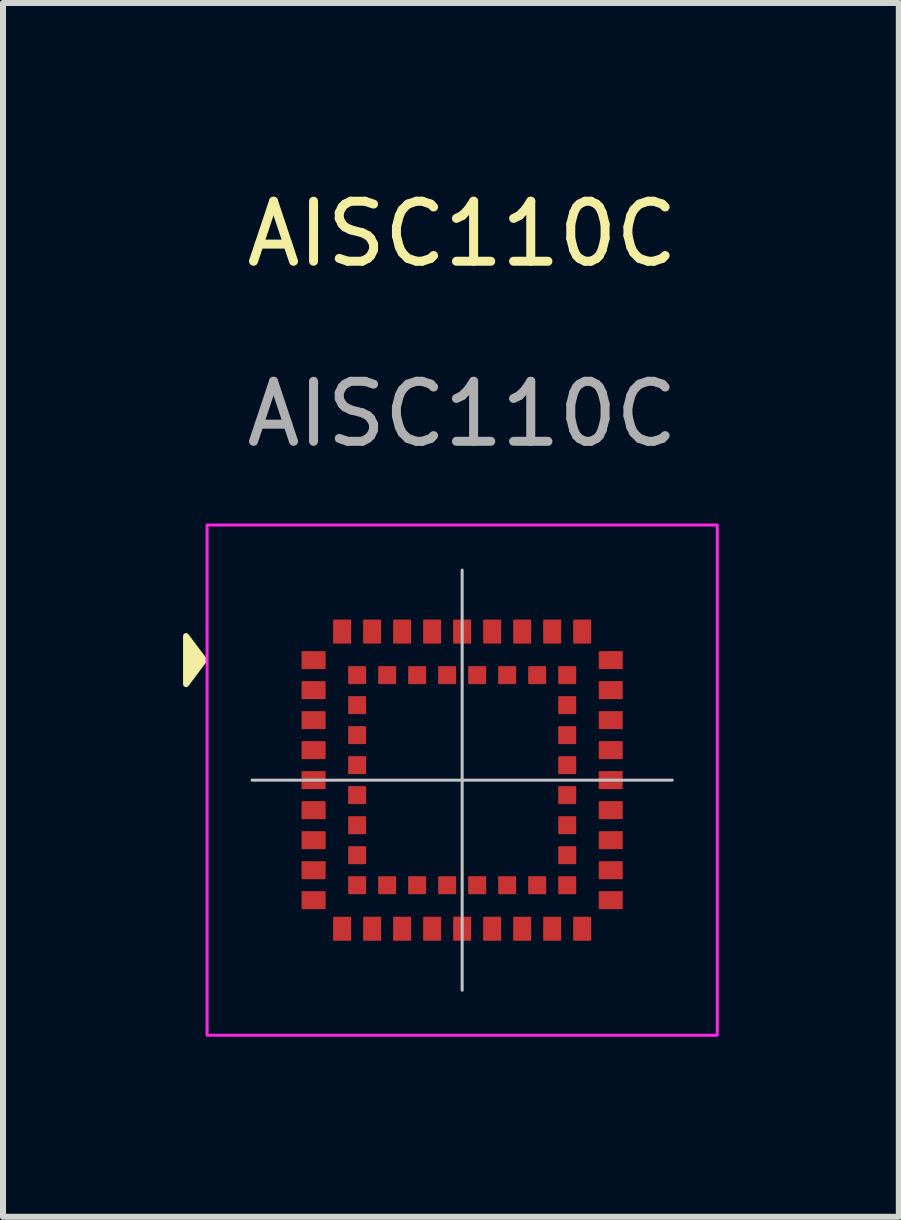
<source format=kicad_pcb>
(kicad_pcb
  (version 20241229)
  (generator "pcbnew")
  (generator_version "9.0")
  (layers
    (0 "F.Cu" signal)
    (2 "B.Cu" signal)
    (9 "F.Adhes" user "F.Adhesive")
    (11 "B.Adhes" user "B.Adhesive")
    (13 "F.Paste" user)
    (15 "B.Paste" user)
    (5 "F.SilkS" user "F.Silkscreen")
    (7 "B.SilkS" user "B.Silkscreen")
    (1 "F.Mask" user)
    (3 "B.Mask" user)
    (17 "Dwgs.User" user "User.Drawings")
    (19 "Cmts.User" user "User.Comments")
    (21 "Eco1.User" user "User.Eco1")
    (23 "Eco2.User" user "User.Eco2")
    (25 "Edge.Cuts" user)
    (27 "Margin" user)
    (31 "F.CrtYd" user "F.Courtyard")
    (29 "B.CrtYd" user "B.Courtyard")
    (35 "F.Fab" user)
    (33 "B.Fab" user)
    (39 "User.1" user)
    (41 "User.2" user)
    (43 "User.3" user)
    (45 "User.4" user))
  (footprint "AISC110C"
    (layer "F.Cu")
    (at 4.65 9.948)
    (property "Reference" "AISC110C" (at 0 -9.1 0) (unlocked yes) (layer "F.SilkS") (effects (font (size 1 1) (thickness 0.15))))
    (attr smd)
    (fp_rect (start -2.675 -2.15) (end -2.55 -1.85) (stroke (width 0) (type solid)) (fill yes) (layers "F.Cu" "F.Mask"))
    (fp_rect (start -2.675 -1.65) (end -2.55 -1.35) (stroke (width 0) (type solid)) (fill yes) (layers "F.Cu" "F.Mask"))
    (fp_rect (start -2.675 -1.15) (end -2.55 -0.85) (stroke (width 0) (type solid)) (fill yes) (layers "F.Cu" "F.Mask"))
    (fp_rect (start -2.675 -0.65) (end -2.55 -0.35) (stroke (width 0) (type solid)) (fill yes) (layers "F.Cu" "F.Mask"))
    (fp_rect (start -2.675 -0.15) (end -2.55 0.15) (stroke (width 0) (type solid)) (fill yes) (layers "F.Cu" "F.Mask"))
    (fp_rect (start -2.675 0.35) (end -2.55 0.65) (stroke (width 0) (type solid)) (fill yes) (layers "F.Cu" "F.Mask"))
    (fp_rect (start -2.675 0.85) (end -2.55 1.15) (stroke (width 0) (type solid)) (fill yes) (layers "F.Cu" "F.Mask"))
    (fp_rect (start -2.675 1.35) (end -2.55 1.65) (stroke (width 0) (type solid)) (fill yes) (layers "F.Cu" "F.Mask"))
    (fp_rect (start -2.675 1.85) (end -2.55 2.15) (stroke (width 0) (type solid)) (fill yes) (layers "F.Cu" "F.Mask"))
    (fp_rect (start -2.15 -2.675) (end -1.85 -2.55) (stroke (width 0) (type solid)) (fill yes) (layers "F.Cu" "F.Mask"))
    (fp_rect (start -2.15 2.55) (end -1.85 2.675) (stroke (width 0) (type solid)) (fill yes) (layers "F.Cu" "F.Mask"))
    (fp_rect (start -1.65 -2.675) (end -1.35 -2.55) (stroke (width 0) (type solid)) (fill yes) (layers "F.Cu" "F.Mask"))
    (fp_rect (start -1.65 2.55) (end -1.35 2.675) (stroke (width 0) (type solid)) (fill yes) (layers "F.Cu" "F.Mask"))
    (fp_rect (start -1.15 -2.675) (end -0.85 -2.55) (stroke (width 0) (type solid)) (fill yes) (layers "F.Cu" "F.Mask"))
    (fp_rect (start -1.15 2.55) (end -0.85 2.675) (stroke (width 0) (type solid)) (fill yes) (layers "F.Cu" "F.Mask"))
    (fp_rect (start -0.65 -2.675) (end -0.35 -2.55) (stroke (width 0) (type solid)) (fill yes) (layers "F.Cu" "F.Mask"))
    (fp_rect (start -0.65 2.55) (end -0.35 2.675) (stroke (width 0) (type solid)) (fill yes) (layers "F.Cu" "F.Mask"))
    (fp_rect (start -0.15 -2.675) (end 0.15 -2.55) (stroke (width 0) (type solid)) (fill yes) (layers "F.Cu" "F.Mask"))
    (fp_rect (start -0.15 2.55) (end 0.15 2.675) (stroke (width 0) (type solid)) (fill yes) (layers "F.Cu" "F.Mask"))
    (fp_rect (start 0.35 -2.675) (end 0.65 -2.55) (stroke (width 0) (type solid)) (fill yes) (layers "F.Cu" "F.Mask"))
    (fp_rect (start 0.35 2.55) (end 0.65 2.675) (stroke (width 0) (type solid)) (fill yes) (layers "F.Cu" "F.Mask"))
    (fp_rect (start 0.85 -2.675) (end 1.15 -2.55) (stroke (width 0) (type solid)) (fill yes) (layers "F.Cu" "F.Mask"))
    (fp_rect (start 0.85 2.55) (end 1.15 2.675) (stroke (width 0) (type solid)) (fill yes) (layers "F.Cu" "F.Mask"))
    (fp_rect (start 1.35 -2.675) (end 1.65 -2.55) (stroke (width 0) (type solid)) (fill yes) (layers "F.Cu" "F.Mask"))
    (fp_rect (start 1.35 2.55) (end 1.65 2.675) (stroke (width 0) (type solid)) (fill yes) (layers "F.Cu" "F.Mask"))
    (fp_rect (start 1.85 -2.675) (end 2.15 -2.55) (stroke (width 0) (type solid)) (fill yes) (layers "F.Cu" "F.Mask"))
    (fp_rect (start 1.85 2.55) (end 2.15 2.675) (stroke (width 0) (type solid)) (fill yes) (layers "F.Cu" "F.Mask"))
    (fp_rect (start 2.55 -2.15) (end 2.675 -1.85) (stroke (width 0) (type solid)) (fill yes) (layers "F.Cu" "F.Mask"))
    (fp_rect (start 2.55 -1.65) (end 2.675 -1.35) (stroke (width 0) (type solid)) (fill yes) (layers "F.Cu" "F.Mask"))
    (fp_rect (start 2.55 -1.15) (end 2.675 -0.85) (stroke (width 0) (type solid)) (fill yes) (layers "F.Cu" "F.Mask"))
    (fp_rect (start 2.55 -0.65) (end 2.675 -0.35) (stroke (width 0) (type solid)) (fill yes) (layers "F.Cu" "F.Mask"))
    (fp_rect (start 2.55 -0.15) (end 2.675 0.15) (stroke (width 0) (type solid)) (fill yes) (layers "F.Cu" "F.Mask"))
    (fp_rect (start 2.55 0.35) (end 2.675 0.65) (stroke (width 0) (type solid)) (fill yes) (layers "F.Cu" "F.Mask"))
    (fp_rect (start 2.55 0.85) (end 2.675 1.15) (stroke (width 0) (type solid)) (fill yes) (layers "F.Cu" "F.Mask"))
    (fp_rect (start 2.55 1.35) (end 2.675 1.65) (stroke (width 0) (type solid)) (fill yes) (layers "F.Cu" "F.Mask"))
    (fp_rect (start 2.55 1.85) (end 2.675 2.15) (stroke (width 0) (type solid)) (fill yes) (layers "F.Cu" "F.Mask"))
    (fp_poly (pts (xy -4.3 -2) (xy -4.6 -2.4) (xy -4.6 -1.6)) (stroke (width 0.1) (type solid)) (fill yes) (layer "F.SilkS"))
    (fp_rect (start -2.565 -2.14) (end -2.285 -1.86) (stroke (width 0) (type solid)) (fill yes) (layer "F.Paste"))
    (fp_rect (start -2.565 -1.64) (end -2.285 -1.36) (stroke (width 0) (type solid)) (fill yes) (layer "F.Paste"))
    (fp_rect (start -2.565 -1.14) (end -2.285 -0.86) (stroke (width 0) (type solid)) (fill yes) (layer "F.Paste"))
    (fp_rect (start -2.565 -0.64) (end -2.285 -0.36) (stroke (width 0) (type solid)) (fill yes) (layer "F.Paste"))
    (fp_rect (start -2.565 -0.14) (end -2.285 0.14) (stroke (width 0) (type solid)) (fill yes) (layer "F.Paste"))
    (fp_rect (start -2.565 0.36) (end -2.285 0.64) (stroke (width 0) (type solid)) (fill yes) (layer "F.Paste"))
    (fp_rect (start -2.565 0.86) (end -2.285 1.14) (stroke (width 0) (type solid)) (fill yes) (layer "F.Paste"))
    (fp_rect (start -2.565 1.36) (end -2.285 1.64) (stroke (width 0) (type solid)) (fill yes) (layer "F.Paste"))
    (fp_rect (start -2.565 1.86) (end -2.285 2.14) (stroke (width 0) (type solid)) (fill yes) (layer "F.Paste"))
    (fp_rect (start -2.14 -2.565) (end -1.86 -2.285) (stroke (width 0) (type solid)) (fill yes) (layer "F.Paste"))
    (fp_rect (start -2.14 2.285) (end -1.86 2.565) (stroke (width 0) (type solid)) (fill yes) (layer "F.Paste"))
    (fp_rect (start -1.89 -1.89) (end -1.61 -1.61) (stroke (width 0) (type solid)) (fill yes) (layer "F.Paste"))
    (fp_rect (start -1.89 -1.39) (end -1.61 -1.11) (stroke (width 0) (type solid)) (fill yes) (layer "F.Paste"))
    (fp_rect (start -1.89 -0.89) (end -1.61 -0.61) (stroke (width 0) (type solid)) (fill yes) (layer "F.Paste"))
    (fp_rect (start -1.89 -0.39) (end -1.61 -0.11) (stroke (width 0) (type solid)) (fill yes) (layer "F.Paste"))
    (fp_rect (start -1.89 0.11) (end -1.61 0.39) (stroke (width 0) (type solid)) (fill yes) (layer "F.Paste"))
    (fp_rect (start -1.89 0.61) (end -1.61 0.89) (stroke (width 0) (type solid)) (fill yes) (layer "F.Paste"))
    (fp_rect (start -1.89 1.11) (end -1.61 1.39) (stroke (width 0) (type solid)) (fill yes) (layer "F.Paste"))
    (fp_rect (start -1.89 1.61) (end -1.61 1.89) (stroke (width 0) (type solid)) (fill yes) (layer "F.Paste"))
    (fp_rect (start -1.64 -2.565) (end -1.36 -2.285) (stroke (width 0) (type solid)) (fill yes) (layer "F.Paste"))
    (fp_rect (start -1.64 2.285) (end -1.36 2.565) (stroke (width 0) (type solid)) (fill yes) (layer "F.Paste"))
    (fp_rect (start -1.39 -1.89) (end -1.11 -1.61) (stroke (width 0) (type solid)) (fill yes) (layer "F.Paste"))
    (fp_rect (start -1.39 1.61) (end -1.11 1.89) (stroke (width 0) (type solid)) (fill yes) (layer "F.Paste"))
    (fp_rect (start -1.14 -2.565) (end -0.86 -2.285) (stroke (width 0) (type solid)) (fill yes) (layer "F.Paste"))
    (fp_rect (start -1.14 2.285) (end -0.86 2.565) (stroke (width 0) (type solid)) (fill yes) (layer "F.Paste"))
    (fp_rect (start -0.89 -1.89) (end -0.61 -1.61) (stroke (width 0) (type solid)) (fill yes) (layer "F.Paste"))
    (fp_rect (start -0.89 1.61) (end -0.61 1.89) (stroke (width 0) (type solid)) (fill yes) (layer "F.Paste"))
    (fp_rect (start -0.64 -2.565) (end -0.36 -2.285) (stroke (width 0) (type solid)) (fill yes) (layer "F.Paste"))
    (fp_rect (start -0.64 2.285) (end -0.36 2.565) (stroke (width 0) (type solid)) (fill yes) (layer "F.Paste"))
    (fp_rect (start -0.39 -1.89) (end -0.11 -1.61) (stroke (width 0) (type solid)) (fill yes) (layer "F.Paste"))
    (fp_rect (start -0.39 1.61) (end -0.11 1.89) (stroke (width 0) (type solid)) (fill yes) (layer "F.Paste"))
    (fp_rect (start -0.14 -2.565) (end 0.14 -2.285) (stroke (width 0) (type solid)) (fill yes) (layer "F.Paste"))
    (fp_rect (start -0.14 2.285) (end 0.14 2.565) (stroke (width 0) (type solid)) (fill yes) (layer "F.Paste"))
    (fp_rect (start 0.11 -1.89) (end 0.39 -1.61) (stroke (width 0) (type solid)) (fill yes) (layer "F.Paste"))
    (fp_rect (start 0.11 1.61) (end 0.39 1.89) (stroke (width 0) (type solid)) (fill yes) (layer "F.Paste"))
    (fp_rect (start 0.36 -2.565) (end 0.64 -2.285) (stroke (width 0) (type solid)) (fill yes) (layer "F.Paste"))
    (fp_rect (start 0.36 2.285) (end 0.64 2.565) (stroke (width 0) (type solid)) (fill yes) (layer "F.Paste"))
    (fp_rect (start 0.61 -1.89) (end 0.89 -1.61) (stroke (width 0) (type solid)) (fill yes) (layer "F.Paste"))
    (fp_rect (start 0.61 1.61) (end 0.89 1.89) (stroke (width 0) (type solid)) (fill yes) (layer "F.Paste"))
    (fp_rect (start 0.86 -2.565) (end 1.14 -2.285) (stroke (width 0) (type solid)) (fill yes) (layer "F.Paste"))
    (fp_rect (start 0.86 2.285) (end 1.14 2.565) (stroke (width 0) (type solid)) (fill yes) (layer "F.Paste"))
    (fp_rect (start 1.11 -1.89) (end 1.39 -1.61) (stroke (width 0) (type solid)) (fill yes) (layer "F.Paste"))
    (fp_rect (start 1.11 1.61) (end 1.39 1.89) (stroke (width 0) (type solid)) (fill yes) (layer "F.Paste"))
    (fp_rect (start 1.36 -2.565) (end 1.64 -2.285) (stroke (width 0) (type solid)) (fill yes) (layer "F.Paste"))
    (fp_rect (start 1.36 2.285) (end 1.64 2.565) (stroke (width 0) (type solid)) (fill yes) (layer "F.Paste"))
    (fp_rect (start 1.61 -1.89) (end 1.89 -1.61) (stroke (width 0) (type solid)) (fill yes) (layer "F.Paste"))
    (fp_rect (start 1.61 -1.39) (end 1.89 -1.11) (stroke (width 0) (type solid)) (fill yes) (layer "F.Paste"))
    (fp_rect (start 1.61 -0.89) (end 1.89 -0.61) (stroke (width 0) (type solid)) (fill yes) (layer "F.Paste"))
    (fp_rect (start 1.61 -0.39) (end 1.89 -0.11) (stroke (width 0) (type solid)) (fill yes) (layer "F.Paste"))
    (fp_rect (start 1.61 0.11) (end 1.89 0.39) (stroke (width 0) (type solid)) (fill yes) (layer "F.Paste"))
    (fp_rect (start 1.61 0.61) (end 1.89 0.89) (stroke (width 0) (type solid)) (fill yes) (layer "F.Paste"))
    (fp_rect (start 1.61 1.11) (end 1.89 1.39) (stroke (width 0) (type solid)) (fill yes) (layer "F.Paste"))
    (fp_rect (start 1.61 1.61) (end 1.89 1.89) (stroke (width 0) (type solid)) (fill yes) (layer "F.Paste"))
    (fp_rect (start 1.86 -2.565) (end 2.14 -2.285) (stroke (width 0) (type solid)) (fill yes) (layer "F.Paste"))
    (fp_rect (start 1.86 2.285) (end 2.14 2.565) (stroke (width 0) (type solid)) (fill yes) (layer "F.Paste"))
    (fp_rect (start 2.285 -2.14) (end 2.565 -1.86) (stroke (width 0) (type solid)) (fill yes) (layer "F.Paste"))
    (fp_rect (start 2.285 -1.64) (end 2.565 -1.36) (stroke (width 0) (type solid)) (fill yes) (layer "F.Paste"))
    (fp_rect (start 2.285 -1.14) (end 2.565 -0.86) (stroke (width 0) (type solid)) (fill yes) (layer "F.Paste"))
    (fp_rect (start 2.285 -0.64) (end 2.565 -0.36) (stroke (width 0) (type solid)) (fill yes) (layer "F.Paste"))
    (fp_rect (start 2.285 -0.14) (end 2.565 0.14) (stroke (width 0) (type solid)) (fill yes) (layer "F.Paste"))
    (fp_rect (start 2.285 0.36) (end 2.565 0.64) (stroke (width 0) (type solid)) (fill yes) (layer "F.Paste"))
    (fp_rect (start 2.285 0.86) (end 2.565 1.14) (stroke (width 0) (type solid)) (fill yes) (layer "F.Paste"))
    (fp_rect (start 2.285 1.36) (end 2.565 1.64) (stroke (width 0) (type solid)) (fill yes) (layer "F.Paste"))
    (fp_rect (start 2.285 1.86) (end 2.565 2.14) (stroke (width 0) (type solid)) (fill yes) (layer "F.Paste"))
    (fp_line (start -3.5 0) (end 3.5 0) (stroke (width 0.05) (type solid)) (layer "Dwgs.User"))
    (fp_line (start 0 -3.5) (end 0 3.5) (stroke (width 0.05) (type solid)) (layer "Dwgs.User"))
    (fp_rect (start -4.25 -4.25) (end 4.25 4.25) (stroke (width 0.05) (type solid)) (fill no) (layer "F.CrtYd"))
    (fp_text user "${REFERENCE}" (at 0 -6.1 0) (unlocked yes) (layer "F.Fab") (effects (font (size 1 1) (thickness 0.15))))
    (pad "1" smd roundrect (at -2.425 -2 180) (size 0.3 0.3) (layers "F.Cu" "F.Mask") (roundrect_rratio 0.05))
    (pad "2" smd roundrect (at -2.425 -1.5 180) (size 0.3 0.3) (layers "F.Cu" "F.Mask") (roundrect_rratio 0.05))
    (pad "3" smd roundrect (at -2.425 -1 180) (size 0.3 0.3) (layers "F.Cu" "F.Mask") (roundrect_rratio 0.05))
    (pad "4" smd roundrect (at -2.425 -0.5 180) (size 0.3 0.3) (layers "F.Cu" "F.Mask") (roundrect_rratio 0.05))
    (pad "5" smd roundrect (at -2.425 0 180) (size 0.3 0.3) (layers "F.Cu" "F.Mask") (roundrect_rratio 0.05))
    (pad "6" smd roundrect (at -2.425 0.5 180) (size 0.3 0.3) (layers "F.Cu" "F.Mask") (roundrect_rratio 0.05))
    (pad "7" smd roundrect (at -2.425 1 180) (size 0.3 0.3) (layers "F.Cu" "F.Mask") (roundrect_rratio 0.05))
    (pad "8" smd roundrect (at -2.425 1.5 180) (size 0.3 0.3) (layers "F.Cu" "F.Mask") (roundrect_rratio 0.05))
    (pad "9" smd roundrect (at -2.425 2 180) (size 0.3 0.3) (layers "F.Cu" "F.Mask") (roundrect_rratio 0.05))
    (pad "10" smd roundrect (at -1.75 -1.75) (size 0.3 0.3) (layers "F.Cu" "F.Mask") (roundrect_rratio 0.05))
    (pad "11" smd roundrect (at -1.75 -1.25) (size 0.3 0.3) (layers "F.Cu" "F.Mask") (roundrect_rratio 0.05))
    (pad "12" smd roundrect (at -1.75 -0.75) (size 0.3 0.3) (layers "F.Cu" "F.Mask") (roundrect_rratio 0.05))
    (pad "13" smd roundrect (at -1.75 -0.25) (size 0.3 0.3) (layers "F.Cu" "F.Mask") (roundrect_rratio 0.05))
    (pad "14" smd roundrect (at -1.75 0.25) (size 0.3 0.3) (layers "F.Cu" "F.Mask") (roundrect_rratio 0.05))
    (pad "15" smd roundrect (at -1.75 0.75) (size 0.3 0.3) (layers "F.Cu" "F.Mask") (roundrect_rratio 0.05))
    (pad "16" smd roundrect (at -1.75 1.25) (size 0.3 0.3) (layers "F.Cu" "F.Mask") (roundrect_rratio 0.05))
    (pad "17" smd roundrect (at -1.75 1.75) (size 0.3 0.3) (layers "F.Cu" "F.Mask") (roundrect_rratio 0.05))
    (pad "18" smd roundrect (at -2 2.425 90) (size 0.3 0.3) (layers "F.Cu" "F.Mask") (roundrect_rratio 0.05))
    (pad "19" smd roundrect (at -1.5 2.425 90) (size 0.3 0.3) (layers "F.Cu" "F.Mask") (roundrect_rratio 0.05))
    (pad "20" smd roundrect (at -1 2.425 90) (size 0.3 0.3) (layers "F.Cu" "F.Mask") (roundrect_rratio 0.05))
    (pad "21" smd roundrect (at -0.5 2.425 90) (size 0.3 0.3) (layers "F.Cu" "F.Mask") (roundrect_rratio 0.05))
    (pad "22" smd roundrect (at 0 2.425 90) (size 0.3 0.3) (layers "F.Cu" "F.Mask") (roundrect_rratio 0.05))
    (pad "23" smd roundrect (at 0.5 2.425 90) (size 0.3 0.3) (layers "F.Cu" "F.Mask") (roundrect_rratio 0.05))
    (pad "24" smd roundrect (at 1 2.425 90) (size 0.3 0.3) (layers "F.Cu" "F.Mask") (roundrect_rratio 0.05))
    (pad "25" smd roundrect (at 1.5 2.425 90) (size 0.3 0.3) (layers "F.Cu" "F.Mask") (roundrect_rratio 0.05))
    (pad "26" smd roundrect (at 2 2.425 90) (size 0.3 0.3) (layers "F.Cu" "F.Mask") (roundrect_rratio 0.05))
    (pad "27" smd roundrect (at -1.25 1.75) (size 0.3 0.3) (layers "F.Cu" "F.Mask") (roundrect_rratio 0.05))
    (pad "28" smd roundrect (at -0.75 1.75) (size 0.3 0.3) (layers "F.Cu" "F.Mask") (roundrect_rratio 0.05))
    (pad "29" smd roundrect (at -0.25 1.75) (size 0.3 0.3) (layers "F.Cu" "F.Mask") (roundrect_rratio 0.05))
    (pad "30" smd roundrect (at 0.25 1.75) (size 0.3 0.3) (layers "F.Cu" "F.Mask") (roundrect_rratio 0.05))
    (pad "31" smd roundrect (at 0.75 1.75) (size 0.3 0.3) (layers "F.Cu" "F.Mask") (roundrect_rratio 0.05))
    (pad "32" smd roundrect (at 1.25 1.75) (size 0.3 0.3) (layers "F.Cu" "F.Mask") (roundrect_rratio 0.05))
    (pad "33" smd roundrect (at 2.425 2) (size 0.3 0.3) (layers "F.Cu" "F.Mask") (roundrect_rratio 0.05))
    (pad "34" smd roundrect (at 2.425 1.5) (size 0.3 0.3) (layers "F.Cu" "F.Mask") (roundrect_rratio 0.05))
    (pad "35" smd roundrect (at 2.425 1) (size 0.3 0.3) (layers "F.Cu" "F.Mask") (roundrect_rratio 0.05))
    (pad "36" smd roundrect (at 2.425 0.5) (size 0.3 0.3) (layers "F.Cu" "F.Mask") (roundrect_rratio 0.05))
    (pad "37" smd roundrect (at 2.425 0) (size 0.3 0.3) (layers "F.Cu" "F.Mask") (roundrect_rratio 0.05))
    (pad "38" smd roundrect (at 2.425 -0.5) (size 0.3 0.3) (layers "F.Cu" "F.Mask") (roundrect_rratio 0.05))
    (pad "39" smd roundrect (at 2.425 -1) (size 0.3 0.3) (layers "F.Cu" "F.Mask") (roundrect_rratio 0.05))
    (pad "40" smd roundrect (at 2.425 -1.5) (size 0.3 0.3) (layers "F.Cu" "F.Mask") (roundrect_rratio 0.05))
    (pad "41" smd roundrect (at 2.425 -2) (size 0.3 0.3) (layers "F.Cu" "F.Mask") (roundrect_rratio 0.05))
    (pad "42" smd roundrect (at 1.75 1.75) (size 0.3 0.3) (layers "F.Cu" "F.Mask") (roundrect_rratio 0.05))
    (pad "43" smd roundrect (at 1.75 1.25) (size 0.3 0.3) (layers "F.Cu" "F.Mask") (roundrect_rratio 0.05))
    (pad "44" smd roundrect (at 1.75 0.75) (size 0.3 0.3) (layers "F.Cu" "F.Mask") (roundrect_rratio 0.05))
    (pad "45" smd roundrect (at 1.75 0.25) (size 0.3 0.3) (layers "F.Cu" "F.Mask") (roundrect_rratio 0.05))
    (pad "46" smd roundrect (at 1.75 -0.25) (size 0.3 0.3) (layers "F.Cu" "F.Mask") (roundrect_rratio 0.05))
    (pad "47" smd roundrect (at 1.75 -0.75) (size 0.3 0.3) (layers "F.Cu" "F.Mask") (roundrect_rratio 0.05))
    (pad "48" smd roundrect (at 1.75 -1.25) (size 0.3 0.3) (layers "F.Cu" "F.Mask") (roundrect_rratio 0.05))
    (pad "49" smd roundrect (at 1.75 -1.75) (size 0.3 0.3) (layers "F.Cu" "F.Mask") (roundrect_rratio 0.05))
    (pad "50" smd roundrect (at 2 -2.425 90) (size 0.3 0.3) (layers "F.Cu" "F.Mask") (roundrect_rratio 0.05))
    (pad "51" smd roundrect (at 1.5 -2.425 90) (size 0.3 0.3) (layers "F.Cu" "F.Mask") (roundrect_rratio 0.05))
    (pad "52" smd roundrect (at 1 -2.425 90) (size 0.3 0.3) (layers "F.Cu" "F.Mask") (roundrect_rratio 0.05))
    (pad "53" smd roundrect (at 0.5 -2.425 90) (size 0.3 0.3) (layers "F.Cu" "F.Mask") (roundrect_rratio 0.05))
    (pad "54" smd roundrect (at 0 -2.425 90) (size 0.3 0.3) (layers "F.Cu" "F.Mask") (roundrect_rratio 0.05))
    (pad "55" smd roundrect (at -0.5 -2.425 90) (size 0.3 0.3) (layers "F.Cu" "F.Mask") (roundrect_rratio 0.05))
    (pad "56" smd roundrect (at -1 -2.425 90) (size 0.3 0.3) (layers "F.Cu" "F.Mask") (roundrect_rratio 0.05))
    (pad "57" smd roundrect (at -1.5 -2.425 90) (size 0.3 0.3) (layers "F.Cu" "F.Mask") (roundrect_rratio 0.05))
    (pad "58" smd roundrect (at -2 -2.425 90) (size 0.3 0.3) (layers "F.Cu" "F.Mask") (roundrect_rratio 0.05))
    (pad "59" smd roundrect (at 1.25 -1.75) (size 0.3 0.3) (layers "F.Cu" "F.Mask") (roundrect_rratio 0.05))
    (pad "60" smd roundrect (at 0.75 -1.75) (size 0.3 0.3) (layers "F.Cu" "F.Mask") (roundrect_rratio 0.05))
    (pad "61" smd roundrect (at 0.25 -1.75) (size 0.3 0.3) (layers "F.Cu" "F.Mask") (roundrect_rratio 0.05))
    (pad "62" smd roundrect (at -0.25 -1.75) (size 0.3 0.3) (layers "F.Cu" "F.Mask") (roundrect_rratio 0.05))
    (pad "63" smd roundrect (at -0.75 -1.75) (size 0.3 0.3) (layers "F.Cu" "F.Mask") (roundrect_rratio 0.05))
    (pad "64" smd roundrect (at -1.25 -1.75) (size 0.3 0.3) (layers "F.Cu" "F.Mask") (roundrect_rratio 0.05)))
  (gr_rect
    (start -3 -3)
    (end 11.925 17.223)
    (stroke (width 0.1) (type default))
    (fill no)
    (layer "Edge.Cuts")))
</source>
